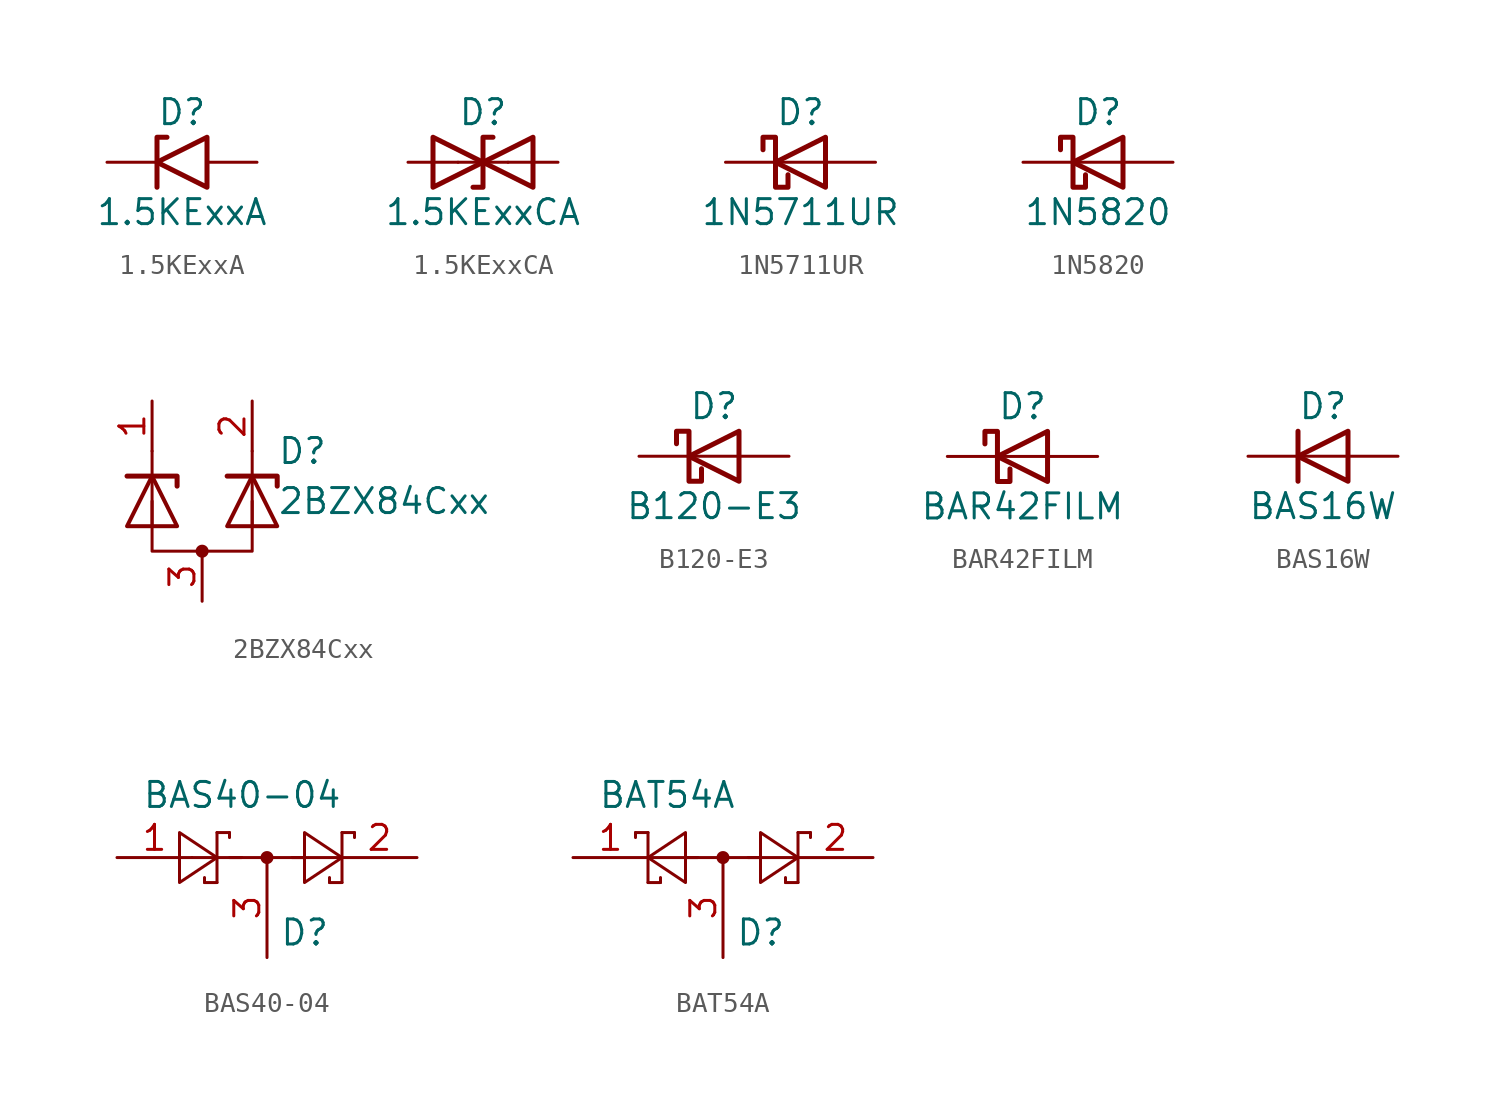
<source format=kicad_sym>
(kicad_symbol_lib
  (version 20241209)
  (generator "kicad_symbol_editor")
  (generator_version "9.0")
  (symbol "1.5KExxA"
    (pin_numbers
      (hide yes))
    (pin_names
      (offset 1.016)
      (hide yes))
    (property "Reference" "D"
      (at 0 2.54 0)
      (effects (font (size 1.27 1.27))))
    (property "Value" "1.5KExxA"
      (at 0 -2.54 0)
      (effects (font (size 1.27 1.27))))
    (symbol "1.5KExxA_0_1"
      (polyline (pts (xy -0.762 1.27) (xy -1.27 1.27) (xy -1.27 -1.27)) (stroke (width 0.254) (type default)) (fill (type none)))
      (polyline (pts (xy 1.27 1.27) (xy 1.27 -1.27) (xy -1.27 0) (xy 1.27 1.27)) (stroke (width 0.254) (type default)) (fill (type none))))
    (symbol "1.5KExxA_1_1"
      (pin passive line (at -3.81 0 0) (length 2.54) (name "A1" (effects (font (size 1.27 1.27)))) (number "1" (effects (font (size 1.27 1.27)))))
      (pin passive line (at 3.81 0 180) (length 2.54) (name "A2" (effects (font (size 1.27 1.27)))) (number "2" (effects (font (size 1.27 1.27)))))))
  (symbol "1.5KExxCA"
    (pin_numbers
      (hide yes))
    (pin_names
      (offset 1.016)
      (hide yes))
    (property "Reference" "D"
      (at 0 2.54 0)
      (effects (font (size 1.27 1.27))))
    (property "Value" "1.5KExxCA"
      (at 0 -2.54 0)
      (effects (font (size 1.27 1.27))))
    (symbol "1.5KExxCA_0_1"
      (polyline (pts (xy -2.54 -1.27) (xy 0 0) (xy -2.54 1.27) (xy -2.54 -1.27)) (stroke (width 0.254) (type default)) (fill (type none)))
      (polyline (pts (xy 0.508 1.27) (xy 0 1.27) (xy 0 -1.27) (xy -0.508 -1.27)) (stroke (width 0.254) (type default)) (fill (type none)))
      (polyline (pts (xy 1.27 0) (xy -1.27 0)) (stroke (width 0) (type default)) (fill (type none)))
      (polyline (pts (xy 2.54 1.27) (xy 2.54 -1.27) (xy 0 0) (xy 2.54 1.27)) (stroke (width 0.254) (type default)) (fill (type none))))
    (symbol "1.5KExxCA_1_1"
      (pin passive line (at -3.81 0 0) (length 2.54) (name "A1" (effects (font (size 1.27 1.27)))) (number "1" (effects (font (size 1.27 1.27)))))
      (pin passive line (at 3.81 0 180) (length 2.54) (name "A2" (effects (font (size 1.27 1.27)))) (number "2" (effects (font (size 1.27 1.27)))))))
  (symbol "1N5711UR"
    (pin_numbers
      (hide yes))
    (pin_names
      (offset 1.016)
      (hide yes))
    (property "Reference" "D"
      (at 0 2.54 0)
      (effects (font (size 1.27 1.27))))
    (property "Value" "1N5711UR"
      (at 0 -2.54 0)
      (effects (font (size 1.27 1.27))))
    (symbol "1N5711UR_0_1"
      (polyline (pts (xy -1.905 0.635) (xy -1.905 1.27) (xy -1.27 1.27) (xy -1.27 -1.27) (xy -0.635 -1.27) (xy -0.635 -0.635)) (stroke (width 0.254) (type default)) (fill (type none)))
      (polyline (pts (xy 1.27 1.27) (xy 1.27 -1.27) (xy -1.27 0) (xy 1.27 1.27)) (stroke (width 0.254) (type default)) (fill (type none)))
      (polyline (pts (xy 1.27 0) (xy -1.27 0)) (stroke (width 0) (type default)) (fill (type none))))
    (symbol "1N5711UR_1_1"
      (pin passive line (at -3.81 0 0) (length 2.54) (name "K" (effects (font (size 1.27 1.27)))) (number "1" (effects (font (size 1.27 1.27)))))
      (pin passive line (at 3.81 0 180) (length 2.54) (name "A" (effects (font (size 1.27 1.27)))) (number "2" (effects (font (size 1.27 1.27)))))))
  (symbol "1N5820"
    (pin_numbers
      (hide yes))
    (pin_names
      (offset 1.016)
      (hide yes))
    (property "Reference" "D"
      (at 0 2.54 0)
      (effects (font (size 1.27 1.27))))
    (property "Value" "1N5820"
      (at 0 -2.54 0)
      (effects (font (size 1.27 1.27))))
    (symbol "1N5820_0_1"
      (polyline (pts (xy -1.905 0.635) (xy -1.905 1.27) (xy -1.27 1.27) (xy -1.27 -1.27) (xy -0.635 -1.27) (xy -0.635 -0.635)) (stroke (width 0.254) (type default)) (fill (type none)))
      (polyline (pts (xy 1.27 1.27) (xy 1.27 -1.27) (xy -1.27 0) (xy 1.27 1.27)) (stroke (width 0.254) (type default)) (fill (type none)))
      (polyline (pts (xy 1.27 0) (xy -1.27 0)) (stroke (width 0) (type default)) (fill (type none))))
    (symbol "1N5820_1_1"
      (pin passive line (at -3.81 0 0) (length 2.54) (name "K" (effects (font (size 1.27 1.27)))) (number "1" (effects (font (size 1.27 1.27)))))
      (pin passive line (at 3.81 0 180) (length 2.54) (name "A" (effects (font (size 1.27 1.27)))) (number "2" (effects (font (size 1.27 1.27)))))))
  (symbol "2BZX84Cxx"
    (pin_names
      (offset 1.016)
      (hide yes))
    (property "Reference" "D"
      (at 3.81 2.54 0)
      (effects (font (size 1.27 1.27)) (justify left)))
    (property "Value" "2BZX84Cxx"
      (at 3.81 0 0)
      (effects (font (size 1.27 1.27)) (justify left)))
    (symbol "2BZX84Cxx_0_1"
      (polyline (pts (xy -3.81 1.27) (xy -1.27 1.27) (xy -1.27 0.762)) (stroke (width 0.254) (type default)) (fill (type none)))
      (polyline (pts (xy -2.54 0) (xy -2.54 -2.54) (xy 2.54 -2.54) (xy 2.54 0)) (stroke (width 0) (type default)) (fill (type none)))
      (polyline (pts (xy -2.54 -1.27) (xy -2.54 2.54)) (stroke (width 0) (type default)) (fill (type none)))
      (circle (center 0 -2.54) (radius 0.254) (stroke (width 0) (type default)) (fill (type outline)))
      (polyline (pts (xy 1.27 1.27) (xy 3.81 1.27) (xy 3.81 0.762)) (stroke (width 0.254) (type default)) (fill (type none)))
      (polyline (pts (xy 2.54 -1.27) (xy 2.54 2.54)) (stroke (width 0) (type default)) (fill (type none))))
    (symbol "2BZX84Cxx_1_1"
      (polyline (pts (xy -3.81 -1.27) (xy -1.27 -1.27) (xy -2.54 1.27) (xy -3.81 -1.27)) (stroke (width 0.203) (type default)) (fill (type none)))
      (polyline (pts (xy 1.27 -1.27) (xy 3.81 -1.27) (xy 2.54 1.27) (xy 1.27 -1.27)) (stroke (width 0.203) (type default)) (fill (type none)))
      (pin passive line (at -2.54 5.08 270) (length 2.54) (name "K" (effects (font (size 1.27 1.27)))) (number "1" (effects (font (size 1.27 1.27)))))
      (pin passive line (at 0 -5.08 90) (length 2.54) (name "A" (effects (font (size 1.27 1.27)))) (number "3" (effects (font (size 1.27 1.27)))))
      (pin passive line (at 2.54 5.08 270) (length 2.54) (name "K" (effects (font (size 1.27 1.27)))) (number "2" (effects (font (size 1.27 1.27)))))))
  (symbol "B120-E3"
    (pin_numbers
      (hide yes))
    (pin_names
      (hide yes))
    (property "Reference" "D"
      (at 0 2.54 0)
      (effects (font (size 1.27 1.27))))
    (property "Value" "B120-E3"
      (at 0 -2.54 0)
      (effects (font (size 1.27 1.27))))
    (symbol "B120-E3_0_1"
      (polyline (pts (xy -1.905 0.635) (xy -1.905 1.27) (xy -1.27 1.27) (xy -1.27 -1.27) (xy -0.635 -1.27) (xy -0.635 -0.635)) (stroke (width 0.254) (type default)) (fill (type none)))
      (polyline (pts (xy 1.27 1.27) (xy 1.27 -1.27) (xy -1.27 0) (xy 1.27 1.27)) (stroke (width 0.254) (type default)) (fill (type none)))
      (polyline (pts (xy 1.27 0) (xy -1.27 0)) (stroke (width 0) (type default)) (fill (type none))))
    (symbol "B120-E3_1_1"
      (pin passive line (at -3.81 0 0) (length 2.54) (name "K" (effects (font (size 1.27 1.27)))) (number "1" (effects (font (size 1.27 1.27)))))
      (pin passive line (at 3.81 0 180) (length 2.54) (name "A" (effects (font (size 1.27 1.27)))) (number "2" (effects (font (size 1.27 1.27)))))))
  (symbol "BAR42FILM"
    (pin_numbers
      (hide yes))
    (pin_names
      (offset 1.016)
      (hide yes))
    (property "Reference" "D"
      (at 0 2.54 0)
      (effects (font (size 1.27 1.27))))
    (property "Value" "BAR42FILM"
      (at 0 -2.54 0)
      (effects (font (size 1.27 1.27))))
    (symbol "BAR42FILM_0_1"
      (polyline (pts (xy -1.905 0.635) (xy -1.905 1.27) (xy -1.27 1.27) (xy -1.27 -1.27) (xy -0.635 -1.27) (xy -0.635 -0.635)) (stroke (width 0.254) (type default)) (fill (type none)))
      (polyline (pts (xy 1.27 1.27) (xy 1.27 -1.27) (xy -1.27 0) (xy 1.27 1.27)) (stroke (width 0.254) (type default)) (fill (type none)))
      (polyline (pts (xy 1.27 0) (xy -1.27 0)) (stroke (width 0) (type default)) (fill (type none))))
    (symbol "BAR42FILM_1_1"
      (pin passive line (at -3.81 0 0) (length 2.54) (name "K" (effects (font (size 1.27 1.27)))) (number "3" (effects (font (size 1.27 1.27)))))
      (pin no_connect line (at 1.27 1.27 270) (length 2.54) (hide yes) (name "NC" (effects (font (size 1.27 1.27)))) (number "2" (effects (font (size 1.27 1.27)))))
      (pin passive line (at 3.81 0 180) (length 2.54) (name "A" (effects (font (size 1.27 1.27)))) (number "1" (effects (font (size 1.27 1.27)))))))
  (symbol "BAS16W"
    (pin_numbers
      (hide yes))
    (pin_names
      (hide yes))
    (property "Reference" "D"
      (at 0 2.54 0)
      (effects (font (size 1.27 1.27))))
    (property "Value" "BAS16W"
      (at 0 -2.54 0)
      (effects (font (size 1.27 1.27))))
    (symbol "BAS16W_0_1"
      (polyline (pts (xy -1.27 1.27) (xy -1.27 -1.27)) (stroke (width 0.254) (type default)) (fill (type none)))
      (polyline (pts (xy 1.27 1.27) (xy 1.27 -1.27) (xy -1.27 0) (xy 1.27 1.27)) (stroke (width 0.254) (type default)) (fill (type none)))
      (polyline (pts (xy 1.27 0) (xy -1.27 0)) (stroke (width 0) (type default)) (fill (type none))))
    (symbol "BAS16W_1_1"
      (pin passive line (at -3.81 0 0) (length 2.54) (name "K" (effects (font (size 1.27 1.27)))) (number "3" (effects (font (size 1.27 1.27)))))
      (pin no_connect line (at -1.27 0 0) (length 2.54) (hide yes) (name "NC" (effects (font (size 1.27 1.27)))) (number "2" (effects (font (size 1.27 1.27)))))
      (pin passive line (at 3.81 0 180) (length 2.54) (name "A" (effects (font (size 1.27 1.27)))) (number "1" (effects (font (size 1.27 1.27)))))))
  (symbol "BAS40-04"
    (pin_names
      (offset 1.016))
    (property "Reference" "D"
      (at 0.635 -1.27 0)
      (effects (font (size 1.27 1.27)) (justify left)))
    (property "Value" "BAS40-04"
      (at -6.35 5.715 0)
      (effects (font (size 1.27 1.27)) (justify left)))
    (symbol "BAS40-04_0_1"
      (polyline (pts (xy -4.445 3.81) (xy -4.445 1.27) (xy -2.54 2.54) (xy -4.445 3.81)) (stroke (width 0) (type default)) (fill (type none)))
      (polyline (pts (xy -3.81 2.54) (xy -1.27 2.54)) (stroke (width 0) (type default)) (fill (type none)))
      (polyline (pts (xy -3.175 1.27) (xy -3.175 1.524)) (stroke (width 0) (type default)) (fill (type none)))
      (polyline (pts (xy -2.54 3.81) (xy -1.905 3.81)) (stroke (width 0) (type default)) (fill (type none)))
      (polyline (pts (xy -2.54 1.27) (xy -3.175 1.27)) (stroke (width 0) (type default)) (fill (type none)))
      (polyline (pts (xy -2.54 1.27) (xy -2.54 3.81)) (stroke (width 0) (type default)) (fill (type none)))
      (polyline (pts (xy -1.905 3.81) (xy -1.905 3.556)) (stroke (width 0) (type default)) (fill (type none)))
      (polyline (pts (xy -1.905 2.54) (xy 1.905 2.54)) (stroke (width 0) (type default)) (fill (type none)))
      (circle (center 0 2.54) (radius 0.254) (stroke (width 0) (type default)) (fill (type outline)))
      (polyline (pts (xy 1.27 2.54) (xy 3.81 2.54)) (stroke (width 0) (type default)) (fill (type none)))
      (polyline (pts (xy 1.905 3.81) (xy 1.905 1.27) (xy 3.81 2.54) (xy 1.905 3.81)) (stroke (width 0) (type default)) (fill (type none)))
      (polyline (pts (xy 3.175 1.27) (xy 3.175 1.524)) (stroke (width 0) (type default)) (fill (type none)))
      (polyline (pts (xy 3.81 3.81) (xy 4.445 3.81)) (stroke (width 0) (type default)) (fill (type none)))
      (polyline (pts (xy 3.81 1.27) (xy 3.175 1.27)) (stroke (width 0) (type default)) (fill (type none)))
      (polyline (pts (xy 3.81 1.27) (xy 3.81 3.81)) (stroke (width 0) (type default)) (fill (type none)))
      (polyline (pts (xy 4.445 3.81) (xy 4.445 3.556)) (stroke (width 0) (type default)) (fill (type none))))
    (symbol "BAS40-04_1_1"
      (pin passive line (at -7.62 2.54 0) (length 3.81) (name "~" (effects (font (size 1.27 1.27)))) (number "1" (effects (font (size 1.27 1.27)))))
      (pin passive line (at 0 -2.54 90) (length 5.08) (name "~" (effects (font (size 1.27 1.27)))) (number "3" (effects (font (size 1.27 1.27)))))
      (pin passive line (at 7.62 2.54 180) (length 3.81) (name "~" (effects (font (size 1.27 1.27)))) (number "2" (effects (font (size 1.27 1.27)))))))
  (symbol "BAT54A"
    (pin_names
      (offset 1.016))
    (property "Reference" "D"
      (at 0.635 -3.81 0)
      (effects (font (size 1.27 1.27)) (justify left)))
    (property "Value" "BAT54A"
      (at -6.35 3.175 0)
      (effects (font (size 1.27 1.27)) (justify left)))
    (symbol "BAT54A_0_1"
      (polyline (pts (xy -4.445 1.27) (xy -4.445 1.016)) (stroke (width 0) (type default)) (fill (type none)))
      (polyline (pts (xy -3.81 1.27) (xy -4.445 1.27)) (stroke (width 0) (type default)) (fill (type none)))
      (polyline (pts (xy -3.81 0) (xy -1.27 0)) (stroke (width 0) (type default)) (fill (type none)))
      (polyline (pts (xy -3.81 -1.27) (xy -3.81 1.27)) (stroke (width 0) (type default)) (fill (type none)))
      (polyline (pts (xy -3.81 -1.27) (xy -3.175 -1.27)) (stroke (width 0) (type default)) (fill (type none)))
      (polyline (pts (xy -3.175 -1.27) (xy -3.175 -1.016)) (stroke (width 0) (type default)) (fill (type none)))
      (polyline (pts (xy -1.905 1.27) (xy -1.905 -1.27) (xy -3.81 0) (xy -1.905 1.27)) (stroke (width 0) (type default)) (fill (type none)))
      (polyline (pts (xy -1.905 0) (xy 1.905 0)) (stroke (width 0) (type default)) (fill (type none)))
      (circle (center 0 0) (radius 0.254) (stroke (width 0) (type default)) (fill (type outline)))
      (polyline (pts (xy 1.27 0) (xy 3.81 0)) (stroke (width 0) (type default)) (fill (type none)))
      (polyline (pts (xy 1.905 1.27) (xy 1.905 -1.27) (xy 3.81 0) (xy 1.905 1.27)) (stroke (width 0) (type default)) (fill (type none)))
      (polyline (pts (xy 3.175 -1.27) (xy 3.175 -1.016)) (stroke (width 0) (type default)) (fill (type none)))
      (polyline (pts (xy 3.81 1.27) (xy 4.445 1.27)) (stroke (width 0) (type default)) (fill (type none)))
      (polyline (pts (xy 3.81 -1.27) (xy 3.175 -1.27)) (stroke (width 0) (type default)) (fill (type none)))
      (polyline (pts (xy 3.81 -1.27) (xy 3.81 1.27)) (stroke (width 0) (type default)) (fill (type none)))
      (polyline (pts (xy 4.445 1.27) (xy 4.445 1.016)) (stroke (width 0) (type default)) (fill (type none))))
    (symbol "BAT54A_1_1"
      (pin passive line (at -7.62 0 0) (length 3.81) (name "~" (effects (font (size 1.27 1.27)))) (number "1" (effects (font (size 1.27 1.27)))))
      (pin passive line (at 0 -5.08 90) (length 5.08) (name "~" (effects (font (size 1.27 1.27)))) (number "3" (effects (font (size 1.27 1.27)))))
      (pin passive line (at 7.62 0 180) (length 3.81) (name "~" (effects (font (size 1.27 1.27)))) (number "2" (effects (font (size 1.27 1.27))))))))
</source>
